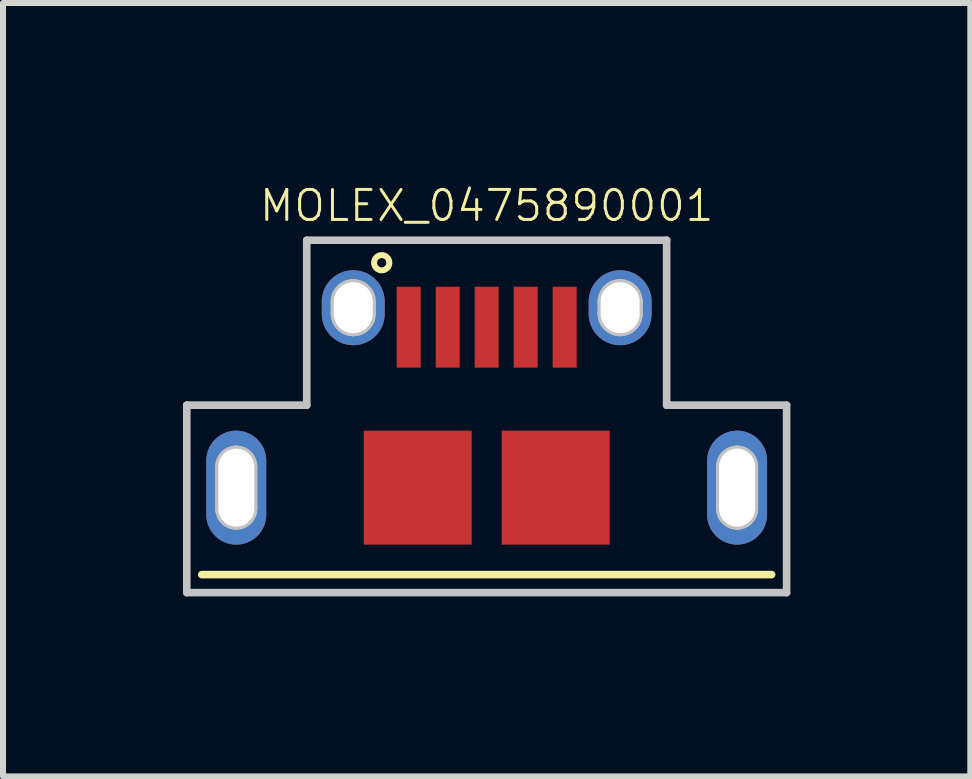
<source format=kicad_pcb>
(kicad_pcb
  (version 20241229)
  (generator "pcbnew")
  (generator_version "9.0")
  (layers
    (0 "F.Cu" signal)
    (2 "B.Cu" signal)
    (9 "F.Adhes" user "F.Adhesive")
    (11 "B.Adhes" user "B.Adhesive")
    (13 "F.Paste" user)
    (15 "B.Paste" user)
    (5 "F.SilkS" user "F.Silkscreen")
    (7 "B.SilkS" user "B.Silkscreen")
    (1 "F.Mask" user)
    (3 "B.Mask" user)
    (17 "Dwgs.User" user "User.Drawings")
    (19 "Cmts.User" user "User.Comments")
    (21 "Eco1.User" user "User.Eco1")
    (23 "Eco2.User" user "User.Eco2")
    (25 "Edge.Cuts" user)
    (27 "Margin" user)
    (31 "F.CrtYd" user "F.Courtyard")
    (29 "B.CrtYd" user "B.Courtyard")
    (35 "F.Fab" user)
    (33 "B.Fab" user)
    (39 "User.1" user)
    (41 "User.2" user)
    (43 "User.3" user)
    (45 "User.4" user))
  (footprint "MOLEX_0475890001"
    (layer "F.Cu")
    (at 5.064 5.08)
    (property "Reference" "MOLEX_0475890001" (at 0 -4.7 0) (layer "F.SilkS") (effects (font (size 0.5 0.5) (thickness 0.05))))
    (attr smd)
    (fp_line (start -4.75 1.45) (end 4.75 1.45) (stroke (width 0.127) (type solid)) (layer "F.SilkS"))
    (fp_circle (center -1.75 -3.75) (end -1.623 -3.75) (stroke (width 0.1) (type solid)) (fill no) (layer "F.SilkS"))
    (fp_line (start -5 -1.375) (end -5 1.75) (stroke (width 0.127) (type solid)) (layer "Dwgs.User"))
    (fp_line (start -5 1.75) (end 5 1.75) (stroke (width 0.127) (type solid)) (layer "Dwgs.User"))
    (fp_line (start -4.475 0.35) (end -4.475 -0.35) (stroke (width 0.1) (type solid)) (layer "Dwgs.User"))
    (fp_line (start -4.475 0.35) (end -4.475 -0.35) (stroke (width 0.1) (type solid)) (layer "Dwgs.User"))
    (fp_line (start -3.875 -0.35) (end -3.875 0.35) (stroke (width 0.1) (type solid)) (layer "Dwgs.User"))
    (fp_line (start -3.875 -0.35) (end -3.875 0.35) (stroke (width 0.1) (type solid)) (layer "Dwgs.User"))
    (fp_line (start -3 -4.125) (end -3 -1.375) (stroke (width 0.127) (type solid)) (layer "Dwgs.User"))
    (fp_line (start -3 -1.375) (end -5 -1.375) (stroke (width 0.127) (type solid)) (layer "Dwgs.User"))
    (fp_line (start -2.55 -2.9) (end -2.55 -3.1) (stroke (width 0.1) (type solid)) (layer "Dwgs.User"))
    (fp_line (start -2.55 -2.9) (end -2.55 -3.1) (stroke (width 0.1) (type solid)) (layer "Dwgs.User"))
    (fp_line (start -1.9 -3.1) (end -1.9 -2.9) (stroke (width 0.1) (type solid)) (layer "Dwgs.User"))
    (fp_line (start -1.9 -3.1) (end -1.9 -2.9) (stroke (width 0.1) (type solid)) (layer "Dwgs.User"))
    (fp_line (start 1.9 -2.9) (end 1.9 -3.1) (stroke (width 0.1) (type solid)) (layer "Dwgs.User"))
    (fp_line (start 1.9 -2.9) (end 1.9 -3.1) (stroke (width 0.1) (type solid)) (layer "Dwgs.User"))
    (fp_line (start 2.55 -3.1) (end 2.55 -2.9) (stroke (width 0.1) (type solid)) (layer "Dwgs.User"))
    (fp_line (start 2.55 -3.1) (end 2.55 -2.9) (stroke (width 0.1) (type solid)) (layer "Dwgs.User"))
    (fp_line (start 3 -4.125) (end -3 -4.125) (stroke (width 0.127) (type solid)) (layer "Dwgs.User"))
    (fp_line (start 3 -1.375) (end 3 -4.125) (stroke (width 0.127) (type solid)) (layer "Dwgs.User"))
    (fp_line (start 3.875 -0.35) (end 3.875 0.35) (stroke (width 0.1) (type solid)) (layer "Dwgs.User"))
    (fp_line (start 3.875 -0.35) (end 3.875 0.35) (stroke (width 0.1) (type solid)) (layer "Dwgs.User"))
    (fp_line (start 4.475 0.35) (end 4.475 -0.35) (stroke (width 0.1) (type solid)) (layer "Dwgs.User"))
    (fp_line (start 4.475 0.35) (end 4.475 -0.35) (stroke (width 0.1) (type solid)) (layer "Dwgs.User"))
    (fp_line (start 5 -1.375) (end 3 -1.375) (stroke (width 0.127) (type solid)) (layer "Dwgs.User"))
    (fp_line (start 5 1.75) (end 5 -1.375) (stroke (width 0.127) (type solid)) (layer "Dwgs.User"))
    (fp_arc (start -4.475 -0.35) (mid -4.387132 -0.562132) (end -4.175 -0.65) (stroke (width 0.1) (type solid)) (layer "Dwgs.User"))
    (fp_arc (start -4.475 -0.35) (mid -4.387132 -0.562132) (end -4.175 -0.65) (stroke (width 0.1) (type solid)) (layer "Dwgs.User"))
    (fp_arc (start -4.175 -0.65) (mid -3.962868 -0.562132) (end -3.875 -0.35) (stroke (width 0.1) (type solid)) (layer "Dwgs.User"))
    (fp_arc (start -4.175 -0.65) (mid -3.962868 -0.562132) (end -3.875 -0.35) (stroke (width 0.1) (type solid)) (layer "Dwgs.User"))
    (fp_arc (start -4.175 0.65) (mid -4.387132 0.562132) (end -4.475 0.35) (stroke (width 0.1) (type solid)) (layer "Dwgs.User"))
    (fp_arc (start -4.175 0.65) (mid -4.387132 0.562132) (end -4.475 0.35) (stroke (width 0.1) (type solid)) (layer "Dwgs.User"))
    (fp_arc (start -3.875 0.35) (mid -3.962868 0.562132) (end -4.175 0.65) (stroke (width 0.1) (type solid)) (layer "Dwgs.User"))
    (fp_arc (start -3.875 0.35) (mid -3.962868 0.562132) (end -4.175 0.65) (stroke (width 0.1) (type solid)) (layer "Dwgs.User"))
    (fp_arc (start -2.55 -3.1) (mid -2.45481 -3.32981) (end -2.225 -3.425) (stroke (width 0.1) (type solid)) (layer "Dwgs.User"))
    (fp_arc (start -2.55 -3.1) (mid -2.45481 -3.32981) (end -2.225 -3.425) (stroke (width 0.1) (type solid)) (layer "Dwgs.User"))
    (fp_arc (start -2.225 -3.425) (mid -1.99519 -3.32981) (end -1.9 -3.1) (stroke (width 0.1) (type solid)) (layer "Dwgs.User"))
    (fp_arc (start -2.225 -3.425) (mid -1.99519 -3.32981) (end -1.9 -3.1) (stroke (width 0.1) (type solid)) (layer "Dwgs.User"))
    (fp_arc (start -2.225 -2.575) (mid -2.45481 -2.67019) (end -2.55 -2.9) (stroke (width 0.1) (type solid)) (layer "Dwgs.User"))
    (fp_arc (start -2.225 -2.575) (mid -2.45481 -2.67019) (end -2.55 -2.9) (stroke (width 0.1) (type solid)) (layer "Dwgs.User"))
    (fp_arc (start -1.9 -2.9) (mid -1.99519 -2.67019) (end -2.225 -2.575) (stroke (width 0.1) (type solid)) (layer "Dwgs.User"))
    (fp_arc (start -1.9 -2.9) (mid -1.99519 -2.67019) (end -2.225 -2.575) (stroke (width 0.1) (type solid)) (layer "Dwgs.User"))
    (fp_arc (start 1.9 -3.1) (mid 1.99519 -3.32981) (end 2.225 -3.425) (stroke (width 0.1) (type solid)) (layer "Dwgs.User"))
    (fp_arc (start 1.9 -3.1) (mid 1.99519 -3.32981) (end 2.225 -3.425) (stroke (width 0.1) (type solid)) (layer "Dwgs.User"))
    (fp_arc (start 2.225 -3.425) (mid 2.45481 -3.32981) (end 2.55 -3.1) (stroke (width 0.1) (type solid)) (layer "Dwgs.User"))
    (fp_arc (start 2.225 -3.425) (mid 2.45481 -3.32981) (end 2.55 -3.1) (stroke (width 0.1) (type solid)) (layer "Dwgs.User"))
    (fp_arc (start 2.225 -2.575) (mid 1.99519 -2.67019) (end 1.9 -2.9) (stroke (width 0.1) (type solid)) (layer "Dwgs.User"))
    (fp_arc (start 2.225 -2.575) (mid 1.99519 -2.67019) (end 1.9 -2.9) (stroke (width 0.1) (type solid)) (layer "Dwgs.User"))
    (fp_arc (start 2.55 -2.9) (mid 2.45481 -2.67019) (end 2.225 -2.575) (stroke (width 0.1) (type solid)) (layer "Dwgs.User"))
    (fp_arc (start 2.55 -2.9) (mid 2.45481 -2.67019) (end 2.225 -2.575) (stroke (width 0.1) (type solid)) (layer "Dwgs.User"))
    (fp_arc (start 3.875 -0.35) (mid 3.962868 -0.562132) (end 4.175 -0.65) (stroke (width 0.1) (type solid)) (layer "Dwgs.User"))
    (fp_arc (start 3.875 -0.35) (mid 3.962868 -0.562132) (end 4.175 -0.65) (stroke (width 0.1) (type solid)) (layer "Dwgs.User"))
    (fp_arc (start 4.175 -0.65) (mid 4.387132 -0.562132) (end 4.475 -0.35) (stroke (width 0.1) (type solid)) (layer "Dwgs.User"))
    (fp_arc (start 4.175 -0.65) (mid 4.387132 -0.562132) (end 4.475 -0.35) (stroke (width 0.1) (type solid)) (layer "Dwgs.User"))
    (fp_arc (start 4.175 0.65) (mid 3.962868 0.562132) (end 3.875 0.35) (stroke (width 0.1) (type solid)) (layer "Dwgs.User"))
    (fp_arc (start 4.175 0.65) (mid 3.962868 0.562132) (end 3.875 0.35) (stroke (width 0.1) (type solid)) (layer "Dwgs.User"))
    (fp_arc (start 4.475 0.35) (mid 4.387132 0.562132) (end 4.175 0.65) (stroke (width 0.1) (type solid)) (layer "Dwgs.User"))
    (fp_arc (start 4.475 0.35) (mid 4.387132 0.562132) (end 4.175 0.65) (stroke (width 0.1) (type solid)) (layer "Dwgs.User"))
    (pad "" thru_hole oval (at -4.175 0) (size 1 1.9) (drill oval 0.6 1.3) (layers "*.Cu" "*.Mask"))
    (pad "" thru_hole oval (at -2.225 -3) (size 1.05 1.25) (drill oval 0.65 0.85) (layers "*.Cu" "*.Mask"))
    (pad "" smd rect (at -1.15 0) (size 1.8 1.9) (layers "F.Cu" "F.Mask" "F.Paste"))
    (pad "" smd rect (at 1.15 0) (size 1.8 1.9) (layers "F.Cu" "F.Mask" "F.Paste"))
    (pad "" thru_hole oval (at 2.225 -3) (size 1.05 1.25) (drill oval 0.65 0.85) (layers "*.Cu" "*.Mask"))
    (pad "" thru_hole oval (at 4.175 0) (size 1 1.9) (drill oval 0.6 1.3) (layers "*.Cu" "*.Mask"))
    (pad "1" smd rect (at -1.3 -2.675) (size 0.4 1.35) (layers "F.Cu" "F.Mask" "F.Paste"))
    (pad "2" smd rect (at -0.65 -2.675) (size 0.4 1.35) (layers "F.Cu" "F.Mask" "F.Paste"))
    (pad "3" smd rect (at 0 -2.675) (size 0.4 1.35) (layers "F.Cu" "F.Mask" "F.Paste"))
    (pad "4" smd rect (at 0.65 -2.675) (size 0.4 1.35) (layers "F.Cu" "F.Mask" "F.Paste"))
    (pad "5" smd rect (at 1.3 -2.675) (size 0.4 1.35) (layers "F.Cu" "F.Mask" "F.Paste")))
  (gr_rect
    (start -3 -3)
    (end 13.127 9.894)
    (stroke (width 0.1) (type default))
    (fill no)
    (layer "Edge.Cuts")))
</source>
